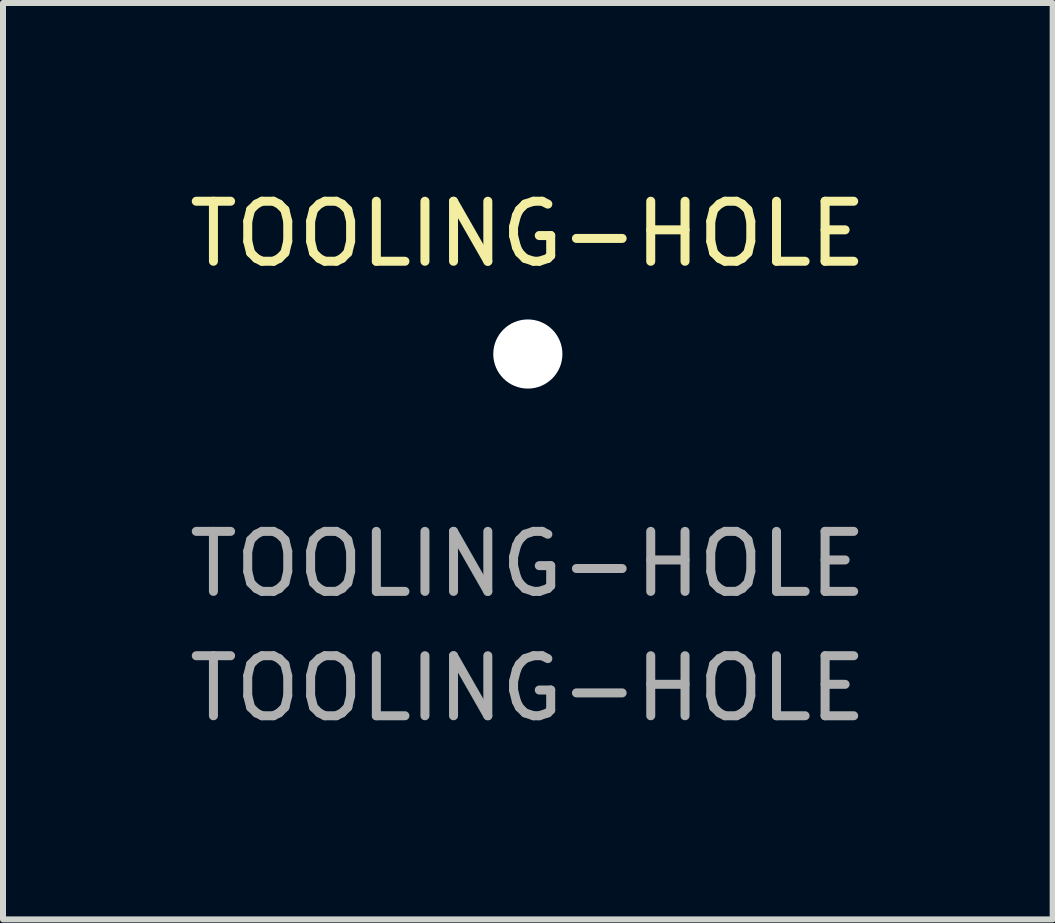
<source format=kicad_pcb>
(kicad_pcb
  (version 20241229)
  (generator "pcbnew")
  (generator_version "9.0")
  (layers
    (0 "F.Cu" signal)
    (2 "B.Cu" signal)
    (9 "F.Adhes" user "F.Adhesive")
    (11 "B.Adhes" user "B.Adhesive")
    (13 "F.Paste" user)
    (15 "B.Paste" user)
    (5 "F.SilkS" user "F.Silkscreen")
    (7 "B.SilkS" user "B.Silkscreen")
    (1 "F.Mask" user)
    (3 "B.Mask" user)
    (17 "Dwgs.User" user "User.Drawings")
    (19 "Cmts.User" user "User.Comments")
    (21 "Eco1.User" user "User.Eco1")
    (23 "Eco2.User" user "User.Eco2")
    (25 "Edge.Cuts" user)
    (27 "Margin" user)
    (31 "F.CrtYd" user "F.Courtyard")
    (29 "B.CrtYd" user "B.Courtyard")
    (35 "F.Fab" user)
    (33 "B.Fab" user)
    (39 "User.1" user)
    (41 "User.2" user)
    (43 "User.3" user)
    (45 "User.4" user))
  (footprint "TOOLING-HOLE"
    (layer "F.Cu")
    (at 5.744 2.848)
    (property "Reference" "TOOLING-HOLE" (at 0 -2 0) (unlocked yes) (layer "F.SilkS") (effects (font (size 1 1) (thickness 0.15))))
    (attr smd exclude_from_bom)
    (fp_text user "${REFERENCE}" (at 0 3.5 0) (unlocked yes) (layer "F.Fab") (effects (font (size 1 1) (thickness 0.15))))
    (fp_text user "${REFERENCE}" (at 0 5.572 0) (unlocked yes) (layer "F.Fab") (effects (font (size 1 1) (thickness 0.15))))
    (pad "" np_thru_hole circle (at 0 0) (size 1.152 1.152) (drill 1.152) (layers "*.Cu" "*.Mask")))
  (gr_rect
    (start -3 -3)
    (end 14.488 12.268)
    (stroke (width 0.1) (type default))
    (fill no)
    (layer "Edge.Cuts")))
</source>
